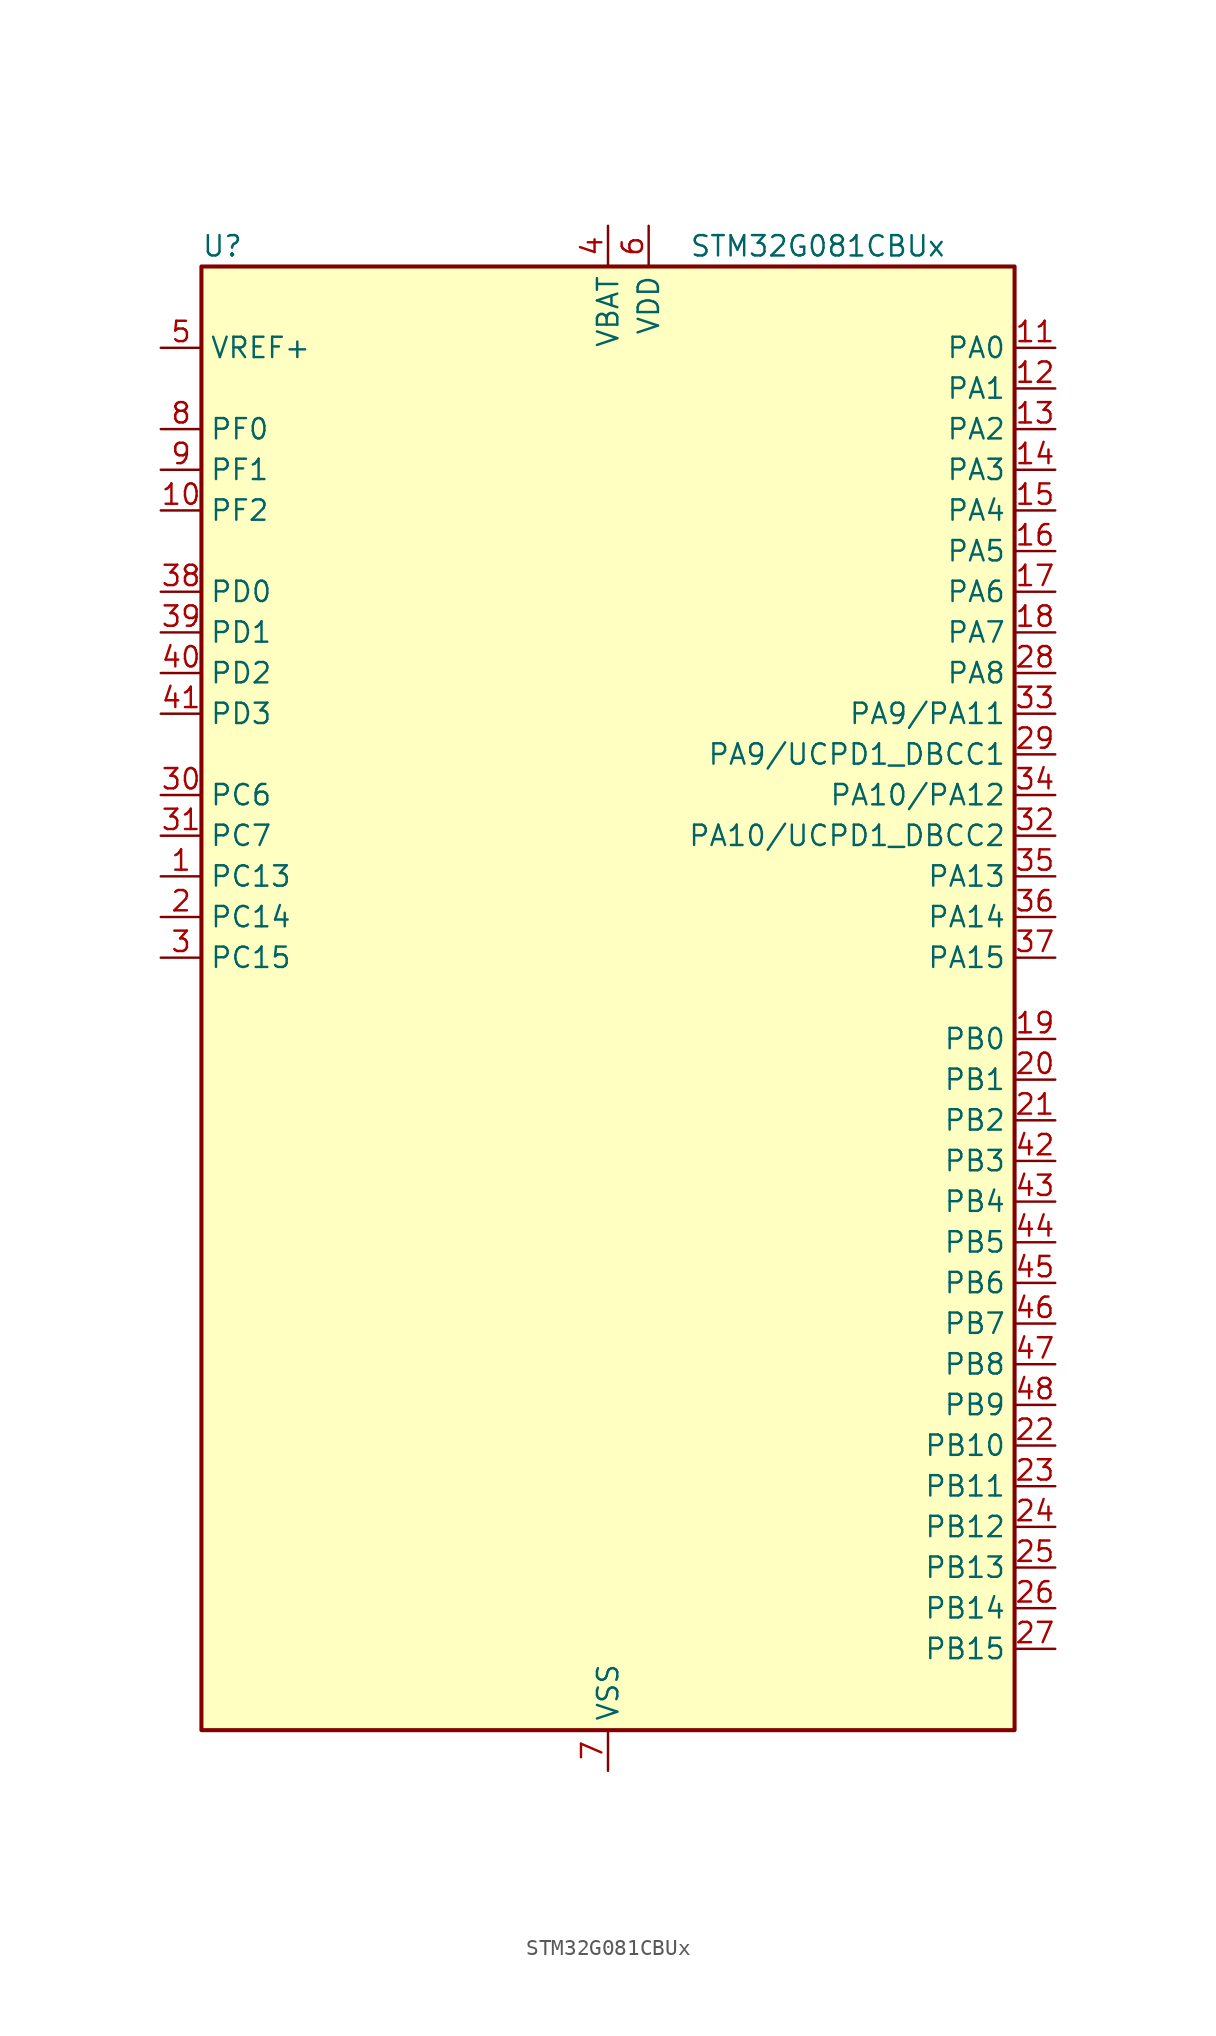
<source format=kicad_sym>
(kicad_symbol_lib
  (version 20231120)
  (generator "kicad-library-utils")
  (generator_version "8.0")
  (symbol "STM32G081CBUx"
    (property "Reference" "U"
      (at -25.4 46.99 0)
      (effects (font (size 1.27 1.27)) (justify left)))
    (property "Value" "STM32G081CBUx"
      (at 5.08 46.99 0)
      (effects (font (size 1.27 1.27)) (justify left)))
    (symbol "STM32G081CBUx_0_1"
      (rectangle (start -25.4 -45.72) (end 25.4 45.72) (stroke (width 0.254) (type default)) (fill (type background))))
    (symbol "STM32G081CBUx_1_1"
      (pin bidirectional line (at -27.94 7.62 0) (length 2.54) (name "PC13" (effects (font (size 1.27 1.27)))) (number "1" (effects (font (size 1.27 1.27)))) (alternate "RTC_OUT_ALARM" bidirectional line) (alternate "RTC_OUT_CALIB" bidirectional line) (alternate "RTC_TAMP_IN1" bidirectional line) (alternate "RTC_TS" bidirectional line) (alternate "SYS_WKUP2" bidirectional line) (alternate "TIM1_BK" bidirectional line))
      (pin bidirectional line (at -27.94 30.48 0) (length 2.54) (name "PF2" (effects (font (size 1.27 1.27)))) (number "10" (effects (font (size 1.27 1.27)))) (alternate "RCC_MCO" bidirectional line))
      (pin bidirectional line (at 27.94 40.64 180) (length 2.54) (name "PA0" (effects (font (size 1.27 1.27)))) (number "11" (effects (font (size 1.27 1.27)))) (alternate "ADC1_IN0" bidirectional line) (alternate "COMP1_INM" bidirectional line) (alternate "COMP1_OUT" bidirectional line) (alternate "LPTIM1_OUT" bidirectional line) (alternate "RTC_TAMP_IN2" bidirectional line) (alternate "SPI2_SCK" bidirectional line) (alternate "SYS_WKUP1" bidirectional line) (alternate "TIM2_CH1" bidirectional line) (alternate "TIM2_ETR" bidirectional line) (alternate "UCPD2_FRSTX1" bidirectional line) (alternate "UCPD2_FRSTX2" bidirectional line) (alternate "USART2_CTS" bidirectional line) (alternate "USART2_NSS" bidirectional line) (alternate "USART4_TX" bidirectional line))
      (pin bidirectional line (at 27.94 38.1 180) (length 2.54) (name "PA1" (effects (font (size 1.27 1.27)))) (number "12" (effects (font (size 1.27 1.27)))) (alternate "ADC1_IN1" bidirectional line) (alternate "COMP1_INP" bidirectional line) (alternate "I2C1_SMBA" bidirectional line) (alternate "I2S1_CK" bidirectional line) (alternate "SPI1_SCK" bidirectional line) (alternate "TIM15_CH1N" bidirectional line) (alternate "TIM2_CH2" bidirectional line) (alternate "USART2_CK" bidirectional line) (alternate "USART2_DE" bidirectional line) (alternate "USART2_RTS" bidirectional line) (alternate "USART4_RX" bidirectional line))
      (pin bidirectional line (at 27.94 35.56 180) (length 2.54) (name "PA2" (effects (font (size 1.27 1.27)))) (number "13" (effects (font (size 1.27 1.27)))) (alternate "ADC1_IN2" bidirectional line) (alternate "COMP2_INM" bidirectional line) (alternate "COMP2_OUT" bidirectional line) (alternate "I2S1_SD" bidirectional line) (alternate "LPUART1_TX" bidirectional line) (alternate "RCC_LSCO" bidirectional line) (alternate "SPI1_MOSI" bidirectional line) (alternate "SYS_WKUP4" bidirectional line) (alternate "TIM15_CH1" bidirectional line) (alternate "TIM2_CH3" bidirectional line) (alternate "UCPD1_FRSTX1" bidirectional line) (alternate "UCPD1_FRSTX2" bidirectional line) (alternate "USART2_TX" bidirectional line))
      (pin bidirectional line (at 27.94 33.02 180) (length 2.54) (name "PA3" (effects (font (size 1.27 1.27)))) (number "14" (effects (font (size 1.27 1.27)))) (alternate "ADC1_IN3" bidirectional line) (alternate "COMP2_INP" bidirectional line) (alternate "LPUART1_RX" bidirectional line) (alternate "SPI2_MISO" bidirectional line) (alternate "TIM15_CH2" bidirectional line) (alternate "TIM2_CH4" bidirectional line) (alternate "UCPD2_FRSTX1" bidirectional line) (alternate "UCPD2_FRSTX2" bidirectional line) (alternate "USART2_RX" bidirectional line))
      (pin bidirectional line (at 27.94 30.48 180) (length 2.54) (name "PA4" (effects (font (size 1.27 1.27)))) (number "15" (effects (font (size 1.27 1.27)))) (alternate "ADC1_IN4" bidirectional line) (alternate "DAC1_OUT1" bidirectional line) (alternate "I2S1_WS" bidirectional line) (alternate "LPTIM2_OUT" bidirectional line) (alternate "RTC_OUT_ALARM" bidirectional line) (alternate "RTC_OUT_CALIB" bidirectional line) (alternate "SPI1_NSS" bidirectional line) (alternate "SPI2_MOSI" bidirectional line) (alternate "TIM14_CH1" bidirectional line) (alternate "UCPD2_FRSTX1" bidirectional line) (alternate "UCPD2_FRSTX2" bidirectional line))
      (pin bidirectional line (at 27.94 27.94 180) (length 2.54) (name "PA5" (effects (font (size 1.27 1.27)))) (number "16" (effects (font (size 1.27 1.27)))) (alternate "ADC1_IN5" bidirectional line) (alternate "CEC" bidirectional line) (alternate "DAC1_OUT2" bidirectional line) (alternate "I2S1_CK" bidirectional line) (alternate "LPTIM2_ETR" bidirectional line) (alternate "SPI1_SCK" bidirectional line) (alternate "TIM2_CH1" bidirectional line) (alternate "TIM2_ETR" bidirectional line) (alternate "UCPD1_FRSTX1" bidirectional line) (alternate "UCPD1_FRSTX2" bidirectional line) (alternate "USART3_TX" bidirectional line))
      (pin bidirectional line (at 27.94 25.4 180) (length 2.54) (name "PA6" (effects (font (size 1.27 1.27)))) (number "17" (effects (font (size 1.27 1.27)))) (alternate "ADC1_IN6" bidirectional line) (alternate "COMP1_OUT" bidirectional line) (alternate "I2S1_MCK" bidirectional line) (alternate "LPUART1_CTS" bidirectional line) (alternate "SPI1_MISO" bidirectional line) (alternate "TIM16_CH1" bidirectional line) (alternate "TIM1_BK" bidirectional line) (alternate "TIM3_CH1" bidirectional line) (alternate "USART3_CTS" bidirectional line) (alternate "USART3_NSS" bidirectional line))
      (pin bidirectional line (at 27.94 22.86 180) (length 2.54) (name "PA7" (effects (font (size 1.27 1.27)))) (number "18" (effects (font (size 1.27 1.27)))) (alternate "ADC1_IN7" bidirectional line) (alternate "COMP2_OUT" bidirectional line) (alternate "I2S1_SD" bidirectional line) (alternate "SPI1_MOSI" bidirectional line) (alternate "TIM14_CH1" bidirectional line) (alternate "TIM17_CH1" bidirectional line) (alternate "TIM1_CH1N" bidirectional line) (alternate "TIM3_CH2" bidirectional line) (alternate "UCPD1_FRSTX1" bidirectional line) (alternate "UCPD1_FRSTX2" bidirectional line))
      (pin bidirectional line (at 27.94 -2.54 180) (length 2.54) (name "PB0" (effects (font (size 1.27 1.27)))) (number "19" (effects (font (size 1.27 1.27)))) (alternate "ADC1_IN8" bidirectional line) (alternate "COMP1_OUT" bidirectional line) (alternate "I2S1_WS" bidirectional line) (alternate "LPTIM1_OUT" bidirectional line) (alternate "SPI1_NSS" bidirectional line) (alternate "TIM1_CH2N" bidirectional line) (alternate "TIM3_CH3" bidirectional line) (alternate "UCPD1_FRSTX1" bidirectional line) (alternate "UCPD1_FRSTX2" bidirectional line) (alternate "USART3_RX" bidirectional line))
      (pin bidirectional line (at -27.94 5.08 0) (length 2.54) (name "PC14" (effects (font (size 1.27 1.27)))) (number "2" (effects (font (size 1.27 1.27)))) (alternate "RCC_OSC32_IN" bidirectional line) (alternate "TIM1_BK2" bidirectional line))
      (pin bidirectional line (at 27.94 -5.08 180) (length 2.54) (name "PB1" (effects (font (size 1.27 1.27)))) (number "20" (effects (font (size 1.27 1.27)))) (alternate "ADC1_IN9" bidirectional line) (alternate "COMP1_INM" bidirectional line) (alternate "LPTIM2_IN1" bidirectional line) (alternate "LPUART1_DE" bidirectional line) (alternate "LPUART1_RTS" bidirectional line) (alternate "TIM14_CH1" bidirectional line) (alternate "TIM1_CH3N" bidirectional line) (alternate "TIM3_CH4" bidirectional line) (alternate "USART3_CK" bidirectional line) (alternate "USART3_DE" bidirectional line) (alternate "USART3_RTS" bidirectional line))
      (pin bidirectional line (at 27.94 -7.62 180) (length 2.54) (name "PB2" (effects (font (size 1.27 1.27)))) (number "21" (effects (font (size 1.27 1.27)))) (alternate "ADC1_IN10" bidirectional line) (alternate "COMP1_INP" bidirectional line) (alternate "LPTIM1_OUT" bidirectional line) (alternate "SPI2_MISO" bidirectional line) (alternate "USART3_TX" bidirectional line))
      (pin bidirectional line (at 27.94 -27.94 180) (length 2.54) (name "PB10" (effects (font (size 1.27 1.27)))) (number "22" (effects (font (size 1.27 1.27)))) (alternate "ADC1_IN11" bidirectional line) (alternate "CEC" bidirectional line) (alternate "COMP1_OUT" bidirectional line) (alternate "I2C2_SCL" bidirectional line) (alternate "LPUART1_RX" bidirectional line) (alternate "SPI2_SCK" bidirectional line) (alternate "TIM2_CH3" bidirectional line) (alternate "USART3_TX" bidirectional line))
      (pin bidirectional line (at 27.94 -30.48 180) (length 2.54) (name "PB11" (effects (font (size 1.27 1.27)))) (number "23" (effects (font (size 1.27 1.27)))) (alternate "ADC1_EXTI11" bidirectional line) (alternate "ADC1_IN15" bidirectional line) (alternate "COMP2_OUT" bidirectional line) (alternate "I2C2_SDA" bidirectional line) (alternate "LPUART1_TX" bidirectional line) (alternate "SPI2_MOSI" bidirectional line) (alternate "TIM2_CH4" bidirectional line) (alternate "USART3_RX" bidirectional line))
      (pin bidirectional line (at 27.94 -33.02 180) (length 2.54) (name "PB12" (effects (font (size 1.27 1.27)))) (number "24" (effects (font (size 1.27 1.27)))) (alternate "ADC1_IN16" bidirectional line) (alternate "LPUART1_DE" bidirectional line) (alternate "LPUART1_RTS" bidirectional line) (alternate "SPI2_NSS" bidirectional line) (alternate "TIM15_BK" bidirectional line) (alternate "TIM1_BK" bidirectional line) (alternate "UCPD2_FRSTX1" bidirectional line) (alternate "UCPD2_FRSTX2" bidirectional line))
      (pin bidirectional line (at 27.94 -35.56 180) (length 2.54) (name "PB13" (effects (font (size 1.27 1.27)))) (number "25" (effects (font (size 1.27 1.27)))) (alternate "I2C2_SCL" bidirectional line) (alternate "LPUART1_CTS" bidirectional line) (alternate "SPI2_SCK" bidirectional line) (alternate "TIM15_CH1N" bidirectional line) (alternate "TIM1_CH1N" bidirectional line) (alternate "USART3_CTS" bidirectional line) (alternate "USART3_NSS" bidirectional line))
      (pin bidirectional line (at 27.94 -38.1 180) (length 2.54) (name "PB14" (effects (font (size 1.27 1.27)))) (number "26" (effects (font (size 1.27 1.27)))) (alternate "I2C2_SDA" bidirectional line) (alternate "SPI2_MISO" bidirectional line) (alternate "TIM15_CH1" bidirectional line) (alternate "TIM1_CH2N" bidirectional line) (alternate "UCPD1_FRSTX1" bidirectional line) (alternate "UCPD1_FRSTX2" bidirectional line) (alternate "USART3_CK" bidirectional line) (alternate "USART3_DE" bidirectional line) (alternate "USART3_RTS" bidirectional line))
      (pin bidirectional line (at 27.94 -40.64 180) (length 2.54) (name "PB15" (effects (font (size 1.27 1.27)))) (number "27" (effects (font (size 1.27 1.27)))) (alternate "RTC_REFIN" bidirectional line) (alternate "SPI2_MOSI" bidirectional line) (alternate "TIM15_CH1N" bidirectional line) (alternate "TIM15_CH2" bidirectional line) (alternate "TIM1_CH3N" bidirectional line) (alternate "UCPD1_CC2" bidirectional line))
      (pin bidirectional line (at 27.94 20.32 180) (length 2.54) (name "PA8" (effects (font (size 1.27 1.27)))) (number "28" (effects (font (size 1.27 1.27)))) (alternate "LPTIM2_OUT" bidirectional line) (alternate "RCC_MCO" bidirectional line) (alternate "SPI2_NSS" bidirectional line) (alternate "TIM1_CH1" bidirectional line) (alternate "UCPD1_CC1" bidirectional line))
      (pin bidirectional line (at 27.94 15.24 180) (length 2.54) (name "PA9/UCPD1_DBCC1" (effects (font (size 1.27 1.27)))) (number "29" (effects (font (size 1.27 1.27)))) (alternate "PA9" bidirectional line) (alternate "DAC1_EXTI9 (PA9)" bidirectional line) (alternate "I2C1_SCL (PA9)" bidirectional line) (alternate "RCC_MCO (PA9)" bidirectional line) (alternate "SPI2_MISO (PA9)" bidirectional line) (alternate "TIM15_BK (PA9)" bidirectional line) (alternate "TIM1_CH2 (PA9)" bidirectional line) (alternate "UCPD1_DBCC1 (PA9)" bidirectional line) (alternate "USART1_TX (PA9)" bidirectional line) (alternate "UCPD1_DBCC1" bidirectional line) (alternate "UCPD1_DBCC1 (UCPD1_DBCC1)" bidirectional line))
      (pin bidirectional line (at -27.94 2.54 0) (length 2.54) (name "PC15" (effects (font (size 1.27 1.27)))) (number "3" (effects (font (size 1.27 1.27)))) (alternate "RCC_OSC32_EN" bidirectional line) (alternate "RCC_OSC32_OUT" bidirectional line) (alternate "RCC_OSC_EN" bidirectional line) (alternate "TIM15_BK" bidirectional line))
      (pin bidirectional line (at -27.94 12.7 0) (length 2.54) (name "PC6" (effects (font (size 1.27 1.27)))) (number "30" (effects (font (size 1.27 1.27)))) (alternate "TIM2_CH3" bidirectional line) (alternate "TIM3_CH1" bidirectional line) (alternate "UCPD1_FRSTX1" bidirectional line) (alternate "UCPD1_FRSTX2" bidirectional line))
      (pin bidirectional line (at -27.94 10.16 0) (length 2.54) (name "PC7" (effects (font (size 1.27 1.27)))) (number "31" (effects (font (size 1.27 1.27)))) (alternate "TIM2_CH4" bidirectional line) (alternate "TIM3_CH2" bidirectional line) (alternate "UCPD2_FRSTX1" bidirectional line) (alternate "UCPD2_FRSTX2" bidirectional line))
      (pin bidirectional line (at 27.94 10.16 180) (length 2.54) (name "PA10/UCPD1_DBCC2" (effects (font (size 1.27 1.27)))) (number "32" (effects (font (size 1.27 1.27)))) (alternate "PA10" bidirectional line) (alternate "I2C1_SDA (PA10)" bidirectional line) (alternate "SPI2_MOSI (PA10)" bidirectional line) (alternate "TIM17_BK (PA10)" bidirectional line) (alternate "TIM1_CH3 (PA10)" bidirectional line) (alternate "UCPD1_DBCC2 (PA10)" bidirectional line) (alternate "USART1_RX (PA10)" bidirectional line) (alternate "UCPD1_DBCC2" bidirectional line) (alternate "UCPD1_DBCC2 (UCPD1_DBCC2)" bidirectional line))
      (pin bidirectional line (at 27.94 17.78 180) (length 2.54) (name "PA9/PA11" (effects (font (size 1.27 1.27)))) (number "33" (effects (font (size 1.27 1.27)))) (alternate "PA9" bidirectional line) (alternate "DAC1_EXTI9 (PA9)" bidirectional line) (alternate "I2C1_SCL (PA9)" bidirectional line) (alternate "RCC_MCO (PA9)" bidirectional line) (alternate "SPI2_MISO (PA9)" bidirectional line) (alternate "TIM15_BK (PA9)" bidirectional line) (alternate "TIM1_CH2 (PA9)" bidirectional line) (alternate "USART1_TX (PA9)" bidirectional line) (alternate "PA11" bidirectional line) (alternate "ADC1_EXTI11 (PA11)" bidirectional line) (alternate "COMP1_OUT (PA11)" bidirectional line) (alternate "I2C2_SCL (PA11)" bidirectional line) (alternate "I2S1_MCK (PA11)" bidirectional line) (alternate "SPI1_MISO (PA11)" bidirectional line) (alternate "TIM1_BK2 (PA11)" bidirectional line) (alternate "TIM1_CH4 (PA11)" bidirectional line) (alternate "USART1_CTS (PA11)" bidirectional line) (alternate "USART1_NSS (PA11)" bidirectional line))
      (pin bidirectional line (at 27.94 12.7 180) (length 2.54) (name "PA10/PA12" (effects (font (size 1.27 1.27)))) (number "34" (effects (font (size 1.27 1.27)))) (alternate "PA10" bidirectional line) (alternate "I2C1_SDA (PA10)" bidirectional line) (alternate "SPI2_MOSI (PA10)" bidirectional line) (alternate "TIM17_BK (PA10)" bidirectional line) (alternate "TIM1_CH3 (PA10)" bidirectional line) (alternate "USART1_RX (PA10)" bidirectional line) (alternate "PA12" bidirectional line) (alternate "COMP2_OUT (PA12)" bidirectional line) (alternate "I2C2_SDA (PA12)" bidirectional line) (alternate "I2S1_SD (PA12)" bidirectional line) (alternate "I2S_CKIN (PA12)" bidirectional line) (alternate "SPI1_MOSI (PA12)" bidirectional line) (alternate "TIM1_ETR (PA12)" bidirectional line) (alternate "USART1_CK (PA12)" bidirectional line) (alternate "USART1_DE (PA12)" bidirectional line) (alternate "USART1_RTS (PA12)" bidirectional line))
      (pin bidirectional line (at 27.94 7.62 180) (length 2.54) (name "PA13" (effects (font (size 1.27 1.27)))) (number "35" (effects (font (size 1.27 1.27)))) (alternate "IR_OUT" bidirectional line) (alternate "SYS_SWDIO" bidirectional line))
      (pin bidirectional line (at 27.94 5.08 180) (length 2.54) (name "PA14" (effects (font (size 1.27 1.27)))) (number "36" (effects (font (size 1.27 1.27)))) (alternate "SYS_SWCLK" bidirectional line) (alternate "USART2_TX" bidirectional line))
      (pin bidirectional line (at 27.94 2.54 180) (length 2.54) (name "PA15" (effects (font (size 1.27 1.27)))) (number "37" (effects (font (size 1.27 1.27)))) (alternate "I2S1_WS" bidirectional line) (alternate "SPI1_NSS" bidirectional line) (alternate "TIM2_CH1" bidirectional line) (alternate "TIM2_ETR" bidirectional line) (alternate "USART2_RX" bidirectional line) (alternate "USART3_CK" bidirectional line) (alternate "USART3_DE" bidirectional line) (alternate "USART3_RTS" bidirectional line) (alternate "USART4_CK" bidirectional line) (alternate "USART4_DE" bidirectional line) (alternate "USART4_RTS" bidirectional line))
      (pin bidirectional line (at -27.94 25.4 0) (length 2.54) (name "PD0" (effects (font (size 1.27 1.27)))) (number "38" (effects (font (size 1.27 1.27)))) (alternate "SPI2_NSS" bidirectional line) (alternate "TIM16_CH1" bidirectional line) (alternate "UCPD2_CC1" bidirectional line))
      (pin bidirectional line (at -27.94 22.86 0) (length 2.54) (name "PD1" (effects (font (size 1.27 1.27)))) (number "39" (effects (font (size 1.27 1.27)))) (alternate "SPI2_SCK" bidirectional line) (alternate "TIM17_CH1" bidirectional line) (alternate "UCPD2_DBCC1" bidirectional line))
      (pin power_in line (at 0 48.26 270) (length 2.54) (name "VBAT" (effects (font (size 1.27 1.27)))) (number "4" (effects (font (size 1.27 1.27)))))
      (pin bidirectional line (at -27.94 20.32 0) (length 2.54) (name "PD2" (effects (font (size 1.27 1.27)))) (number "40" (effects (font (size 1.27 1.27)))) (alternate "TIM1_CH1N" bidirectional line) (alternate "TIM3_ETR" bidirectional line) (alternate "UCPD2_CC2" bidirectional line) (alternate "USART3_CK" bidirectional line) (alternate "USART3_DE" bidirectional line) (alternate "USART3_RTS" bidirectional line))
      (pin bidirectional line (at -27.94 17.78 0) (length 2.54) (name "PD3" (effects (font (size 1.27 1.27)))) (number "41" (effects (font (size 1.27 1.27)))) (alternate "SPI2_MISO" bidirectional line) (alternate "TIM1_CH2N" bidirectional line) (alternate "UCPD2_DBCC2" bidirectional line) (alternate "USART2_CTS" bidirectional line) (alternate "USART2_NSS" bidirectional line))
      (pin bidirectional line (at 27.94 -10.16 180) (length 2.54) (name "PB3" (effects (font (size 1.27 1.27)))) (number "42" (effects (font (size 1.27 1.27)))) (alternate "COMP2_INM" bidirectional line) (alternate "I2S1_CK" bidirectional line) (alternate "SPI1_SCK" bidirectional line) (alternate "TIM1_CH2" bidirectional line) (alternate "TIM2_CH2" bidirectional line) (alternate "USART1_CK" bidirectional line) (alternate "USART1_DE" bidirectional line) (alternate "USART1_RTS" bidirectional line))
      (pin bidirectional line (at 27.94 -12.7 180) (length 2.54) (name "PB4" (effects (font (size 1.27 1.27)))) (number "43" (effects (font (size 1.27 1.27)))) (alternate "COMP2_INP" bidirectional line) (alternate "I2S1_MCK" bidirectional line) (alternate "SPI1_MISO" bidirectional line) (alternate "TIM17_BK" bidirectional line) (alternate "TIM3_CH1" bidirectional line) (alternate "USART1_CTS" bidirectional line) (alternate "USART1_NSS" bidirectional line))
      (pin bidirectional line (at 27.94 -15.24 180) (length 2.54) (name "PB5" (effects (font (size 1.27 1.27)))) (number "44" (effects (font (size 1.27 1.27)))) (alternate "COMP2_OUT" bidirectional line) (alternate "I2C1_SMBA" bidirectional line) (alternate "I2S1_SD" bidirectional line) (alternate "LPTIM1_IN1" bidirectional line) (alternate "SPI1_MOSI" bidirectional line) (alternate "SYS_WKUP6" bidirectional line) (alternate "TIM16_BK" bidirectional line) (alternate "TIM3_CH2" bidirectional line))
      (pin bidirectional line (at 27.94 -17.78 180) (length 2.54) (name "PB6" (effects (font (size 1.27 1.27)))) (number "45" (effects (font (size 1.27 1.27)))) (alternate "COMP2_INP" bidirectional line) (alternate "I2C1_SCL" bidirectional line) (alternate "LPTIM1_ETR" bidirectional line) (alternate "SPI2_MISO" bidirectional line) (alternate "TIM16_CH1N" bidirectional line) (alternate "TIM1_CH3" bidirectional line) (alternate "USART1_TX" bidirectional line))
      (pin bidirectional line (at 27.94 -20.32 180) (length 2.54) (name "PB7" (effects (font (size 1.27 1.27)))) (number "46" (effects (font (size 1.27 1.27)))) (alternate "COMP2_INM" bidirectional line) (alternate "I2C1_SDA" bidirectional line) (alternate "LPTIM1_IN2" bidirectional line) (alternate "SPI2_MOSI" bidirectional line) (alternate "SYS_PVD_IN" bidirectional line) (alternate "TIM17_CH1N" bidirectional line) (alternate "USART1_RX" bidirectional line) (alternate "USART4_CTS" bidirectional line) (alternate "USART4_NSS" bidirectional line))
      (pin bidirectional line (at 27.94 -22.86 180) (length 2.54) (name "PB8" (effects (font (size 1.27 1.27)))) (number "47" (effects (font (size 1.27 1.27)))) (alternate "CEC" bidirectional line) (alternate "I2C1_SCL" bidirectional line) (alternate "SPI2_SCK" bidirectional line) (alternate "TIM15_BK" bidirectional line) (alternate "TIM16_CH1" bidirectional line) (alternate "USART3_TX" bidirectional line))
      (pin bidirectional line (at 27.94 -25.4 180) (length 2.54) (name "PB9" (effects (font (size 1.27 1.27)))) (number "48" (effects (font (size 1.27 1.27)))) (alternate "DAC1_EXTI9" bidirectional line) (alternate "I2C1_SDA" bidirectional line) (alternate "IR_OUT" bidirectional line) (alternate "SPI2_NSS" bidirectional line) (alternate "TIM17_CH1" bidirectional line) (alternate "UCPD2_FRSTX1" bidirectional line) (alternate "UCPD2_FRSTX2" bidirectional line) (alternate "USART3_RX" bidirectional line))
      (pin passive line (at 0 -48.26 90) (length 2.54) hide (name "VSS" (effects (font (size 1.27 1.27)))) (number "49" (effects (font (size 1.27 1.27)))))
      (pin input line (at -27.94 40.64 0) (length 2.54) (name "VREF+" (effects (font (size 1.27 1.27)))) (number "5" (effects (font (size 1.27 1.27)))) (alternate "VREFBUF_OUT" bidirectional line))
      (pin power_in line (at 2.54 48.26 270) (length 2.54) (name "VDD" (effects (font (size 1.27 1.27)))) (number "6" (effects (font (size 1.27 1.27)))))
      (pin power_in line (at 0 -48.26 90) (length 2.54) (name "VSS" (effects (font (size 1.27 1.27)))) (number "7" (effects (font (size 1.27 1.27)))))
      (pin bidirectional line (at -27.94 35.56 0) (length 2.54) (name "PF0" (effects (font (size 1.27 1.27)))) (number "8" (effects (font (size 1.27 1.27)))) (alternate "RCC_OSC_IN" bidirectional line) (alternate "TIM14_CH1" bidirectional line))
      (pin bidirectional line (at -27.94 33.02 0) (length 2.54) (name "PF1" (effects (font (size 1.27 1.27)))) (number "9" (effects (font (size 1.27 1.27)))) (alternate "RCC_OSC_EN" bidirectional line) (alternate "RCC_OSC_OUT" bidirectional line) (alternate "TIM15_CH1N" bidirectional line)))))
</source>
